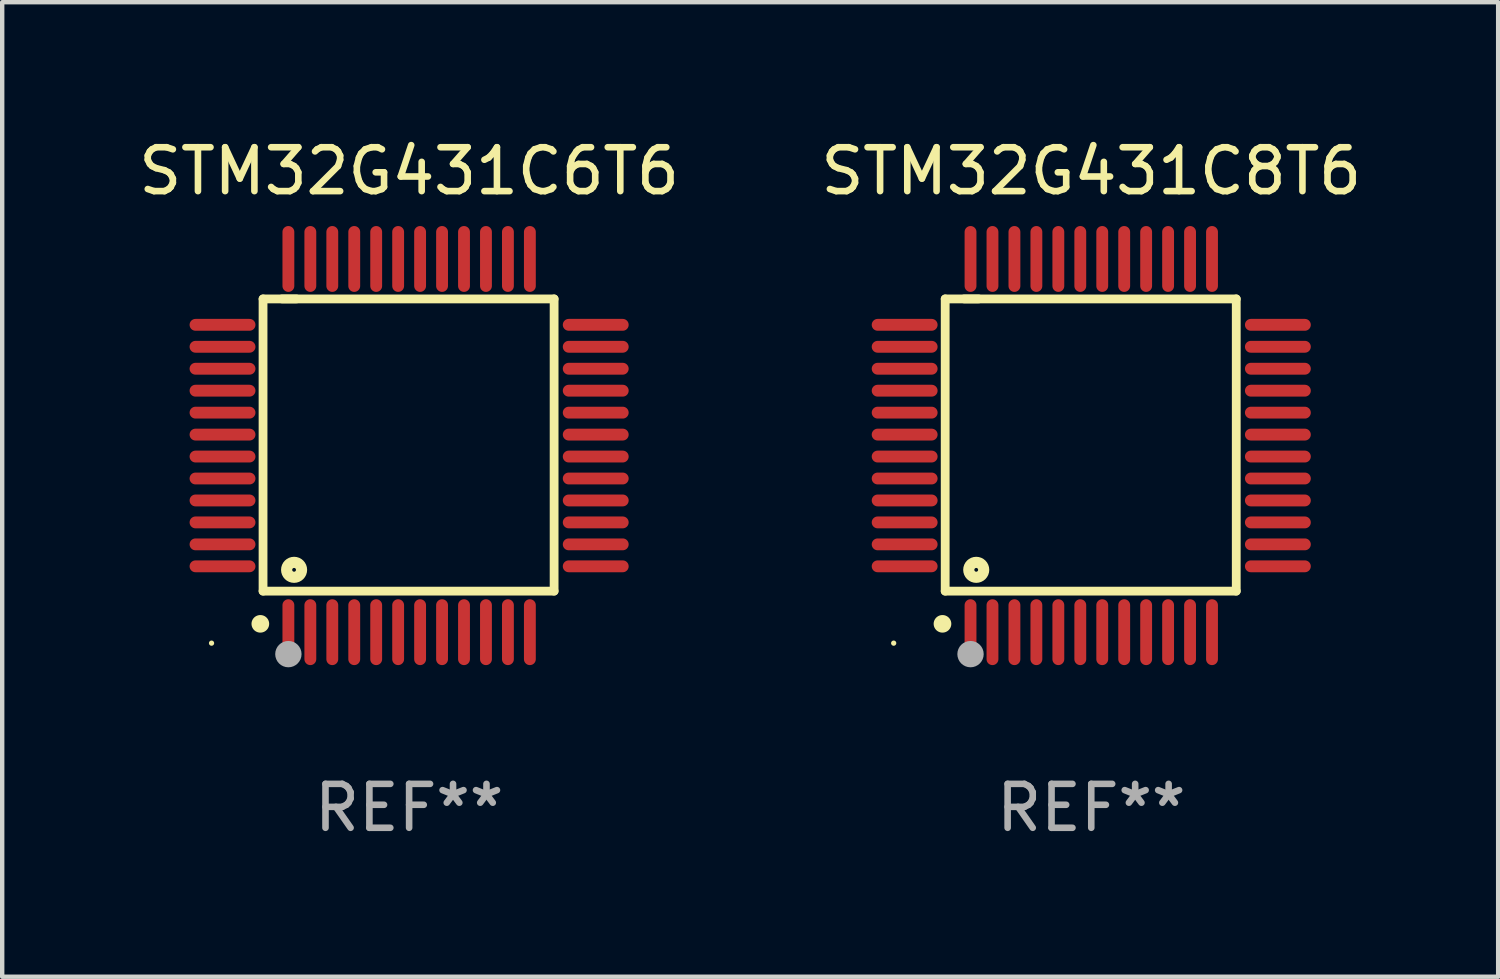
<source format=kicad_pcb>
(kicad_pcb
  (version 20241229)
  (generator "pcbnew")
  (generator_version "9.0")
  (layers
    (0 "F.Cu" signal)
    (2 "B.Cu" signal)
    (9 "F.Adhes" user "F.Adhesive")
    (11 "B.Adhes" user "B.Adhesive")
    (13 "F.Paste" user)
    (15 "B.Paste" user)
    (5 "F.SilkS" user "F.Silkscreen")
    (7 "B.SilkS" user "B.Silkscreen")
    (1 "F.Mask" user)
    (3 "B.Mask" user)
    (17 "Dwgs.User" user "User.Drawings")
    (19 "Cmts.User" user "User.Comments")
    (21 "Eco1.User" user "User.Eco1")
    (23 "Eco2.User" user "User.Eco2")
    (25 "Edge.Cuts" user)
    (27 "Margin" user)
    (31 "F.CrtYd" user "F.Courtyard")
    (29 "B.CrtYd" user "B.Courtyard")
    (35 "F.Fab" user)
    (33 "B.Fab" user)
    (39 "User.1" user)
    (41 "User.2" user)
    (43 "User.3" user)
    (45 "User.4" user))
  (footprint "STM32G431C8T6"
    (layer "F.Cu")
    (at 21.804 7.098)
    (property "Reference" "STM32G431C8T6" (at 0 -6.25 0) (layer "F.SilkS") (effects (font (size 1 1) (thickness 0.15))))
    (attr through_hole)
    (fp_line (start -3.327 -3.34) (end -2.565 -3.34) (stroke (width 0.2) (type solid)) (layer "F.SilkS"))
    (fp_line (start -3.327 3.315) (end -3.327 -3.34) (stroke (width 0.2) (type solid)) (layer "F.SilkS"))
    (fp_line (start -2.896 -3.34) (end 3.302 -3.34) (stroke (width 0.2) (type solid)) (layer "F.SilkS"))
    (fp_line (start 3.302 -3.34) (end 3.302 3.315) (stroke (width 0.2) (type solid)) (layer "F.SilkS"))
    (fp_line (start 3.302 3.315) (end -3.327 3.315) (stroke (width 0.2) (type solid)) (layer "F.SilkS"))
    (fp_arc (start -3.389992 4.059995) (mid -3.388722 4.059991) (end -3.387452 4.059995) (stroke (width 0.4) (type solid)) (layer "F.SilkS"))
    (fp_circle (center -4.5 4.5) (end -4.47 4.5) (stroke (width 0.06) (type solid)) (fill no) (layer "F.SilkS"))
    (fp_circle (center -2.62 2.83) (end -2.45 2.83) (stroke (width 0.254) (type solid)) (fill no) (layer "F.SilkS"))
    (fp_circle (center -2.75 4.75) (end -2.6 4.75) (stroke (width 0.3) (type solid)) (fill no) (layer "F.Fab"))
    (fp_text user "REF**" (at 0 8.25 0) (layer "F.Fab") (effects (font (size 1 1) (thickness 0.15))))
    (pad "1" smd oval (at -2.75 4.25) (size 0.27 1.5) (layers "F.Cu" "F.Mask" "F.Paste"))
    (pad "2" smd oval (at -2.25 4.25) (size 0.27 1.5) (layers "F.Cu" "F.Mask" "F.Paste"))
    (pad "3" smd oval (at -1.75 4.25) (size 0.27 1.5) (layers "F.Cu" "F.Mask" "F.Paste"))
    (pad "4" smd oval (at -1.25 4.25) (size 0.27 1.5) (layers "F.Cu" "F.Mask" "F.Paste"))
    (pad "5" smd oval (at -0.75 4.25) (size 0.27 1.5) (layers "F.Cu" "F.Mask" "F.Paste"))
    (pad "6" smd oval (at -0.25 4.25) (size 0.27 1.5) (layers "F.Cu" "F.Mask" "F.Paste"))
    (pad "7" smd oval (at 0.25 4.25) (size 0.27 1.5) (layers "F.Cu" "F.Mask" "F.Paste"))
    (pad "8" smd oval (at 0.75 4.25) (size 0.27 1.5) (layers "F.Cu" "F.Mask" "F.Paste"))
    (pad "9" smd oval (at 1.25 4.25) (size 0.27 1.5) (layers "F.Cu" "F.Mask" "F.Paste"))
    (pad "10" smd oval (at 1.75 4.25) (size 0.27 1.5) (layers "F.Cu" "F.Mask" "F.Paste"))
    (pad "11" smd oval (at 2.25 4.25) (size 0.27 1.5) (layers "F.Cu" "F.Mask" "F.Paste"))
    (pad "12" smd oval (at 2.75 4.25) (size 0.27 1.5) (layers "F.Cu" "F.Mask" "F.Paste"))
    (pad "13" smd oval (at 4.25 2.75) (size 1.5 0.27) (layers "F.Cu" "F.Mask" "F.Paste"))
    (pad "14" smd oval (at 4.25 2.25) (size 1.5 0.27) (layers "F.Cu" "F.Mask" "F.Paste"))
    (pad "15" smd oval (at 4.25 1.75) (size 1.5 0.27) (layers "F.Cu" "F.Mask" "F.Paste"))
    (pad "16" smd oval (at 4.25 1.25) (size 1.5 0.27) (layers "F.Cu" "F.Mask" "F.Paste"))
    (pad "17" smd oval (at 4.25 0.75) (size 1.5 0.27) (layers "F.Cu" "F.Mask" "F.Paste"))
    (pad "18" smd oval (at 4.25 0.25) (size 1.5 0.27) (layers "F.Cu" "F.Mask" "F.Paste"))
    (pad "19" smd oval (at 4.25 -0.25) (size 1.5 0.27) (layers "F.Cu" "F.Mask" "F.Paste"))
    (pad "20" smd oval (at 4.25 -0.75) (size 1.5 0.27) (layers "F.Cu" "F.Mask" "F.Paste"))
    (pad "21" smd oval (at 4.25 -1.25) (size 1.5 0.27) (layers "F.Cu" "F.Mask" "F.Paste"))
    (pad "22" smd oval (at 4.25 -1.75) (size 1.5 0.27) (layers "F.Cu" "F.Mask" "F.Paste"))
    (pad "23" smd oval (at 4.25 -2.25) (size 1.5 0.27) (layers "F.Cu" "F.Mask" "F.Paste"))
    (pad "24" smd oval (at 4.25 -2.75) (size 1.5 0.27) (layers "F.Cu" "F.Mask" "F.Paste"))
    (pad "25" smd oval (at 2.75 -4.25) (size 0.27 1.5) (layers "F.Cu" "F.Mask" "F.Paste"))
    (pad "26" smd oval (at 2.25 -4.25) (size 0.27 1.5) (layers "F.Cu" "F.Mask" "F.Paste"))
    (pad "27" smd oval (at 1.75 -4.25) (size 0.27 1.5) (layers "F.Cu" "F.Mask" "F.Paste"))
    (pad "28" smd oval (at 1.25 -4.25) (size 0.27 1.5) (layers "F.Cu" "F.Mask" "F.Paste"))
    (pad "29" smd oval (at 0.75 -4.25) (size 0.27 1.5) (layers "F.Cu" "F.Mask" "F.Paste"))
    (pad "30" smd oval (at 0.25 -4.25) (size 0.27 1.5) (layers "F.Cu" "F.Mask" "F.Paste"))
    (pad "31" smd oval (at -0.25 -4.25) (size 0.27 1.5) (layers "F.Cu" "F.Mask" "F.Paste"))
    (pad "32" smd oval (at -0.75 -4.25) (size 0.27 1.5) (layers "F.Cu" "F.Mask" "F.Paste"))
    (pad "33" smd oval (at -1.25 -4.25) (size 0.27 1.5) (layers "F.Cu" "F.Mask" "F.Paste"))
    (pad "34" smd oval (at -1.75 -4.25) (size 0.27 1.5) (layers "F.Cu" "F.Mask" "F.Paste"))
    (pad "35" smd oval (at -2.25 -4.25) (size 0.27 1.5) (layers "F.Cu" "F.Mask" "F.Paste"))
    (pad "36" smd oval (at -2.75 -4.25) (size 0.27 1.5) (layers "F.Cu" "F.Mask" "F.Paste"))
    (pad "37" smd oval (at -4.25 -2.75) (size 1.5 0.27) (layers "F.Cu" "F.Mask" "F.Paste"))
    (pad "38" smd oval (at -4.25 -2.25) (size 1.5 0.27) (layers "F.Cu" "F.Mask" "F.Paste"))
    (pad "39" smd oval (at -4.25 -1.75) (size 1.5 0.27) (layers "F.Cu" "F.Mask" "F.Paste"))
    (pad "40" smd oval (at -4.25 -1.25) (size 1.5 0.27) (layers "F.Cu" "F.Mask" "F.Paste"))
    (pad "41" smd oval (at -4.25 -0.75) (size 1.5 0.27) (layers "F.Cu" "F.Mask" "F.Paste"))
    (pad "42" smd oval (at -4.25 -0.25) (size 1.5 0.27) (layers "F.Cu" "F.Mask" "F.Paste"))
    (pad "43" smd oval (at -4.25 0.25) (size 1.5 0.27) (layers "F.Cu" "F.Mask" "F.Paste"))
    (pad "44" smd oval (at -4.25 0.75) (size 1.5 0.27) (layers "F.Cu" "F.Mask" "F.Paste"))
    (pad "45" smd oval (at -4.25 1.25) (size 1.5 0.27) (layers "F.Cu" "F.Mask" "F.Paste"))
    (pad "46" smd oval (at -4.25 1.75) (size 1.5 0.27) (layers "F.Cu" "F.Mask" "F.Paste"))
    (pad "47" smd oval (at -4.25 2.25) (size 1.5 0.27) (layers "F.Cu" "F.Mask" "F.Paste"))
    (pad "48" smd oval (at -4.25 2.75) (size 1.5 0.27) (layers "F.Cu" "F.Mask" "F.Paste")))
  (footprint "STM32G431C6T6"
    (layer "F.Cu")
    (at 6.268 7.098)
    (property "Reference" "STM32G431C6T6" (at 0 -6.25 0) (layer "F.SilkS") (effects (font (size 1 1) (thickness 0.15))))
    (attr through_hole)
    (fp_line (start -3.327 -3.34) (end -2.565 -3.34) (stroke (width 0.2) (type solid)) (layer "F.SilkS"))
    (fp_line (start -3.327 3.315) (end -3.327 -3.34) (stroke (width 0.2) (type solid)) (layer "F.SilkS"))
    (fp_line (start -2.896 -3.34) (end 3.302 -3.34) (stroke (width 0.2) (type solid)) (layer "F.SilkS"))
    (fp_line (start 3.302 -3.34) (end 3.302 3.315) (stroke (width 0.2) (type solid)) (layer "F.SilkS"))
    (fp_line (start 3.302 3.315) (end -3.327 3.315) (stroke (width 0.2) (type solid)) (layer "F.SilkS"))
    (fp_arc (start -3.389992 4.059995) (mid -3.388722 4.059991) (end -3.387452 4.059995) (stroke (width 0.4) (type solid)) (layer "F.SilkS"))
    (fp_circle (center -4.5 4.5) (end -4.47 4.5) (stroke (width 0.06) (type solid)) (fill no) (layer "F.SilkS"))
    (fp_circle (center -2.62 2.83) (end -2.45 2.83) (stroke (width 0.254) (type solid)) (fill no) (layer "F.SilkS"))
    (fp_circle (center -2.75 4.75) (end -2.6 4.75) (stroke (width 0.3) (type solid)) (fill no) (layer "F.Fab"))
    (fp_text user "REF**" (at 0 8.25 0) (layer "F.Fab") (effects (font (size 1 1) (thickness 0.15))))
    (pad "1" smd oval (at -2.75 4.25) (size 0.27 1.5) (layers "F.Cu" "F.Mask" "F.Paste"))
    (pad "2" smd oval (at -2.25 4.25) (size 0.27 1.5) (layers "F.Cu" "F.Mask" "F.Paste"))
    (pad "3" smd oval (at -1.75 4.25) (size 0.27 1.5) (layers "F.Cu" "F.Mask" "F.Paste"))
    (pad "4" smd oval (at -1.25 4.25) (size 0.27 1.5) (layers "F.Cu" "F.Mask" "F.Paste"))
    (pad "5" smd oval (at -0.75 4.25) (size 0.27 1.5) (layers "F.Cu" "F.Mask" "F.Paste"))
    (pad "6" smd oval (at -0.25 4.25) (size 0.27 1.5) (layers "F.Cu" "F.Mask" "F.Paste"))
    (pad "7" smd oval (at 0.25 4.25) (size 0.27 1.5) (layers "F.Cu" "F.Mask" "F.Paste"))
    (pad "8" smd oval (at 0.75 4.25) (size 0.27 1.5) (layers "F.Cu" "F.Mask" "F.Paste"))
    (pad "9" smd oval (at 1.25 4.25) (size 0.27 1.5) (layers "F.Cu" "F.Mask" "F.Paste"))
    (pad "10" smd oval (at 1.75 4.25) (size 0.27 1.5) (layers "F.Cu" "F.Mask" "F.Paste"))
    (pad "11" smd oval (at 2.25 4.25) (size 0.27 1.5) (layers "F.Cu" "F.Mask" "F.Paste"))
    (pad "12" smd oval (at 2.75 4.25) (size 0.27 1.5) (layers "F.Cu" "F.Mask" "F.Paste"))
    (pad "13" smd oval (at 4.25 2.75) (size 1.5 0.27) (layers "F.Cu" "F.Mask" "F.Paste"))
    (pad "14" smd oval (at 4.25 2.25) (size 1.5 0.27) (layers "F.Cu" "F.Mask" "F.Paste"))
    (pad "15" smd oval (at 4.25 1.75) (size 1.5 0.27) (layers "F.Cu" "F.Mask" "F.Paste"))
    (pad "16" smd oval (at 4.25 1.25) (size 1.5 0.27) (layers "F.Cu" "F.Mask" "F.Paste"))
    (pad "17" smd oval (at 4.25 0.75) (size 1.5 0.27) (layers "F.Cu" "F.Mask" "F.Paste"))
    (pad "18" smd oval (at 4.25 0.25) (size 1.5 0.27) (layers "F.Cu" "F.Mask" "F.Paste"))
    (pad "19" smd oval (at 4.25 -0.25) (size 1.5 0.27) (layers "F.Cu" "F.Mask" "F.Paste"))
    (pad "20" smd oval (at 4.25 -0.75) (size 1.5 0.27) (layers "F.Cu" "F.Mask" "F.Paste"))
    (pad "21" smd oval (at 4.25 -1.25) (size 1.5 0.27) (layers "F.Cu" "F.Mask" "F.Paste"))
    (pad "22" smd oval (at 4.25 -1.75) (size 1.5 0.27) (layers "F.Cu" "F.Mask" "F.Paste"))
    (pad "23" smd oval (at 4.25 -2.25) (size 1.5 0.27) (layers "F.Cu" "F.Mask" "F.Paste"))
    (pad "24" smd oval (at 4.25 -2.75) (size 1.5 0.27) (layers "F.Cu" "F.Mask" "F.Paste"))
    (pad "25" smd oval (at 2.75 -4.25) (size 0.27 1.5) (layers "F.Cu" "F.Mask" "F.Paste"))
    (pad "26" smd oval (at 2.25 -4.25) (size 0.27 1.5) (layers "F.Cu" "F.Mask" "F.Paste"))
    (pad "27" smd oval (at 1.75 -4.25) (size 0.27 1.5) (layers "F.Cu" "F.Mask" "F.Paste"))
    (pad "28" smd oval (at 1.25 -4.25) (size 0.27 1.5) (layers "F.Cu" "F.Mask" "F.Paste"))
    (pad "29" smd oval (at 0.75 -4.25) (size 0.27 1.5) (layers "F.Cu" "F.Mask" "F.Paste"))
    (pad "30" smd oval (at 0.25 -4.25) (size 0.27 1.5) (layers "F.Cu" "F.Mask" "F.Paste"))
    (pad "31" smd oval (at -0.25 -4.25) (size 0.27 1.5) (layers "F.Cu" "F.Mask" "F.Paste"))
    (pad "32" smd oval (at -0.75 -4.25) (size 0.27 1.5) (layers "F.Cu" "F.Mask" "F.Paste"))
    (pad "33" smd oval (at -1.25 -4.25) (size 0.27 1.5) (layers "F.Cu" "F.Mask" "F.Paste"))
    (pad "34" smd oval (at -1.75 -4.25) (size 0.27 1.5) (layers "F.Cu" "F.Mask" "F.Paste"))
    (pad "35" smd oval (at -2.25 -4.25) (size 0.27 1.5) (layers "F.Cu" "F.Mask" "F.Paste"))
    (pad "36" smd oval (at -2.75 -4.25) (size 0.27 1.5) (layers "F.Cu" "F.Mask" "F.Paste"))
    (pad "37" smd oval (at -4.25 -2.75) (size 1.5 0.27) (layers "F.Cu" "F.Mask" "F.Paste"))
    (pad "38" smd oval (at -4.25 -2.25) (size 1.5 0.27) (layers "F.Cu" "F.Mask" "F.Paste"))
    (pad "39" smd oval (at -4.25 -1.75) (size 1.5 0.27) (layers "F.Cu" "F.Mask" "F.Paste"))
    (pad "40" smd oval (at -4.25 -1.25) (size 1.5 0.27) (layers "F.Cu" "F.Mask" "F.Paste"))
    (pad "41" smd oval (at -4.25 -0.75) (size 1.5 0.27) (layers "F.Cu" "F.Mask" "F.Paste"))
    (pad "42" smd oval (at -4.25 -0.25) (size 1.5 0.27) (layers "F.Cu" "F.Mask" "F.Paste"))
    (pad "43" smd oval (at -4.25 0.25) (size 1.5 0.27) (layers "F.Cu" "F.Mask" "F.Paste"))
    (pad "44" smd oval (at -4.25 0.75) (size 1.5 0.27) (layers "F.Cu" "F.Mask" "F.Paste"))
    (pad "45" smd oval (at -4.25 1.25) (size 1.5 0.27) (layers "F.Cu" "F.Mask" "F.Paste"))
    (pad "46" smd oval (at -4.25 1.75) (size 1.5 0.27) (layers "F.Cu" "F.Mask" "F.Paste"))
    (pad "47" smd oval (at -4.25 2.25) (size 1.5 0.27) (layers "F.Cu" "F.Mask" "F.Paste"))
    (pad "48" smd oval (at -4.25 2.75) (size 1.5 0.27) (layers "F.Cu" "F.Mask" "F.Paste")))
  (gr_rect
    (start -3 -3)
    (end 31.071 19.196)
    (stroke (width 0.1) (type default))
    (fill no)
    (layer "Edge.Cuts")))
</source>
